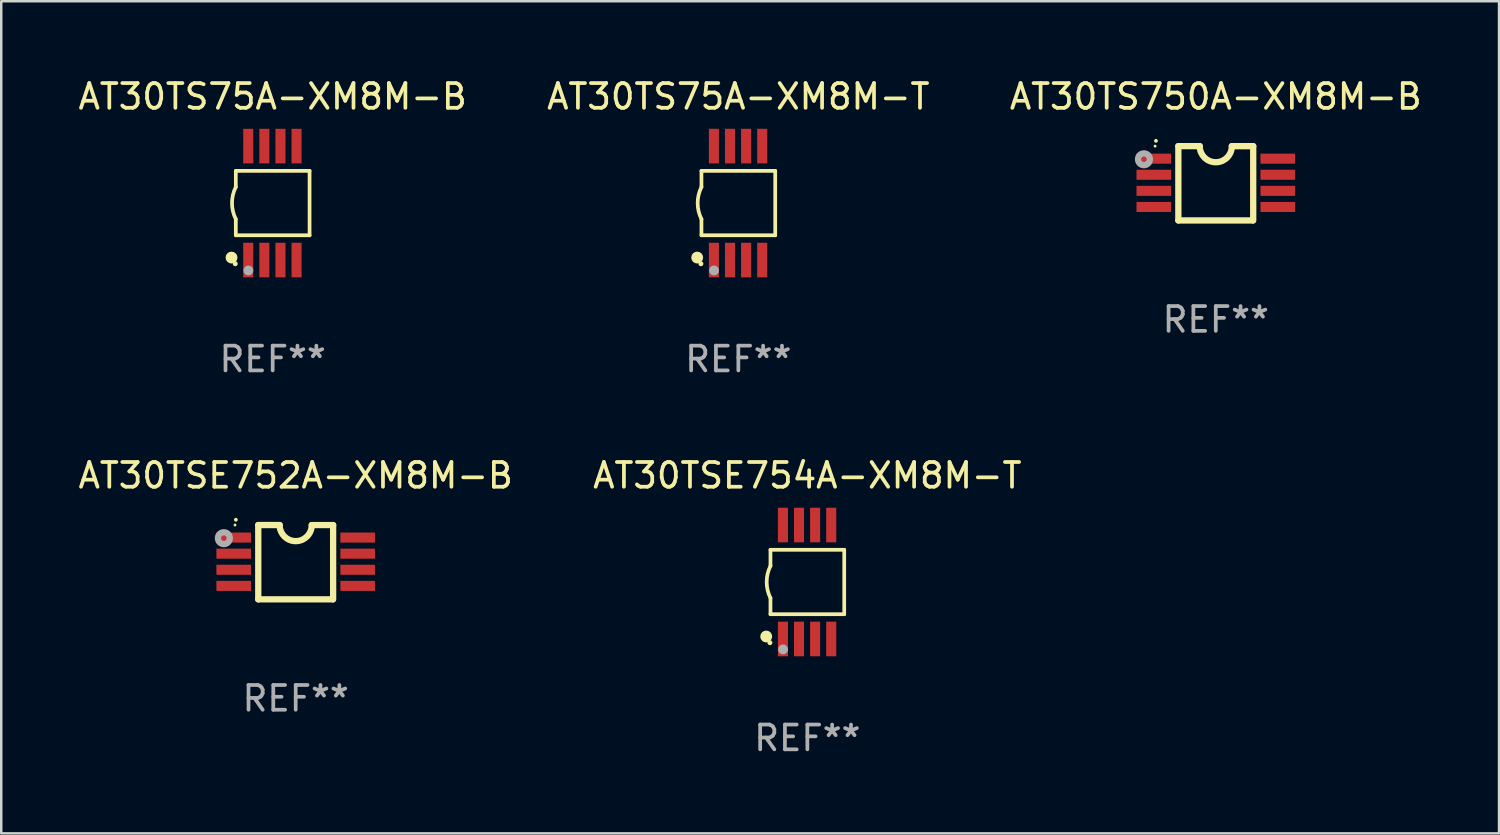
<source format=kicad_pcb>
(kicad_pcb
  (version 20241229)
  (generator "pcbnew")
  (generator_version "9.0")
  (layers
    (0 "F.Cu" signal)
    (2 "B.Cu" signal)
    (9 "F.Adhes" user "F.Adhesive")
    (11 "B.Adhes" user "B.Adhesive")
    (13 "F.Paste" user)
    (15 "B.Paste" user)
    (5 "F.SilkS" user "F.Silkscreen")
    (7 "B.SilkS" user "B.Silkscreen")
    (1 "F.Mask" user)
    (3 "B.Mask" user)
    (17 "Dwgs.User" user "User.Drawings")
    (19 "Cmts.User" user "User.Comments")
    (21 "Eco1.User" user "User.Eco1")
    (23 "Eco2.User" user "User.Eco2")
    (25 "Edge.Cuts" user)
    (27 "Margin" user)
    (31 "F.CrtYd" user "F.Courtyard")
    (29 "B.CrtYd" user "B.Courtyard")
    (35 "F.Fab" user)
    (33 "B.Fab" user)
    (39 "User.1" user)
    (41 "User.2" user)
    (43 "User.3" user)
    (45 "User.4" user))
  (footprint "AT30TSE752A-XM8M-B"
    (layer "F.Cu")
    (at 8.887 19.646)
    (property "Reference" "AT30TSE752A-XM8M-B" (at 0 -3.501 0) (layer "F.SilkS") (effects (font (size 1 1) (thickness 0.15))))
    (attr through_hole)
    (fp_line (start -1.511 -1.501) (end -1.511 1.499) (stroke (width 0.254) (type solid)) (layer "F.SilkS"))
    (fp_line (start -1.511 -1.501) (end -0.648 -1.501) (stroke (width 0.254) (type solid)) (layer "F.SilkS"))
    (fp_line (start -1.511 1.499) (end 1.489 1.499) (stroke (width 0.254) (type solid)) (layer "F.SilkS"))
    (fp_line (start 0.648 -1.499) (end 1.511 -1.499) (stroke (width 0.254) (type solid)) (layer "F.SilkS"))
    (fp_line (start 1.511 -1.499) (end 1.511 1.501) (stroke (width 0.254) (type solid)) (layer "F.SilkS"))
    (fp_arc (start -2.41491 -1.713233) (mid -2.414916 -1.714503) (end -2.41491 -1.715773) (stroke (width 0.150013) (type solid)) (layer "F.SilkS"))
    (fp_arc (start 0.647803 -1.498603) (mid 0.000102 -0.850902) (end -0.647599 -1.498603) (stroke (width 0.254001) (type solid)) (layer "F.SilkS"))
    (fp_circle (center -2.45 -1.501) (end -2.42 -1.501) (stroke (width 0.06) (type solid)) (fill no) (layer "F.SilkS"))
    (fp_circle (center -2.9 -0.97) (end -2.788 -0.97) (stroke (width 0.254) (type solid)) (fill no) (layer "F.Fab"))
    (fp_text user "REF**" (at 0 5.501 0) (layer "F.Fab") (effects (font (size 1 1) (thickness 0.15))))
    (pad "1" smd rect (at -2.502 -0.995) (size 1.397 0.406) (layers "F.Cu" "F.Mask" "F.Paste"))
    (pad "2" smd rect (at -2.502 -0.345) (size 1.397 0.406) (layers "F.Cu" "F.Mask" "F.Paste"))
    (pad "3" smd rect (at -2.502 0.305) (size 1.397 0.406) (layers "F.Cu" "F.Mask" "F.Paste"))
    (pad "4" smd rect (at -2.502 0.955) (size 1.397 0.406) (layers "F.Cu" "F.Mask" "F.Paste"))
    (pad "5" smd rect (at 2.502 0.955) (size 1.397 0.406) (layers "F.Cu" "F.Mask" "F.Paste"))
    (pad "6" smd rect (at 2.502 0.305) (size 1.397 0.406) (layers "F.Cu" "F.Mask" "F.Paste"))
    (pad "7" smd rect (at 2.502 -0.345) (size 1.397 0.406) (layers "F.Cu" "F.Mask" "F.Paste"))
    (pad "8" smd rect (at 2.502 -0.995) (size 1.397 0.406) (layers "F.Cu" "F.Mask" "F.Paste")))
  (footprint "AT30TSE754A-XM8M-T"
    (layer "F.Cu")
    (at 29.542 20.445)
    (property "Reference" "AT30TSE754A-XM8M-T" (at 0 -4.3 0) (layer "F.SilkS") (effects (font (size 1 1) (thickness 0.15))))
    (attr through_hole)
    (fp_line (start -1.489 -1.3) (end -1.489 -0.648) (stroke (width 0.15) (type solid)) (layer "F.SilkS"))
    (fp_line (start -1.489 0.648) (end -1.489 1.3) (stroke (width 0.15) (type solid)) (layer "F.SilkS"))
    (fp_line (start -1.489 1.3) (end 1.489 1.3) (stroke (width 0.15) (type solid)) (layer "F.SilkS"))
    (fp_line (start 1.489 -1.3) (end -1.489 -1.3) (stroke (width 0.15) (type solid)) (layer "F.SilkS"))
    (fp_line (start 1.489 1.3) (end 1.489 -1.3) (stroke (width 0.15) (type solid)) (layer "F.SilkS"))
    (fp_arc (start -1.489205 0.647702) (mid -1.642107 0) (end -1.489205 -0.647701) (stroke (width 0.150013) (type solid)) (layer "F.SilkS"))
    (fp_circle (center -1.661 2.2) (end -1.541 2.2) (stroke (width 0.24) (type solid)) (fill no) (layer "F.SilkS"))
    (fp_circle (center -1.511 2.45) (end -1.461 2.45) (stroke (width 0.1) (type solid)) (fill no) (layer "F.SilkS"))
    (fp_circle (center -0.981 2.72) (end -0.881 2.72) (stroke (width 0.2) (type solid)) (fill no) (layer "F.Fab"))
    (fp_text user "REF**" (at 0 6.3 0) (layer "F.Fab") (effects (font (size 1 1) (thickness 0.15))))
    (pad "1" smd rect (at -0.986 2.3) (size 0.406 1.397) (layers "F.Cu" "F.Mask" "F.Paste"))
    (pad "2" smd rect (at -0.336 2.3) (size 0.406 1.397) (layers "F.Cu" "F.Mask" "F.Paste"))
    (pad "3" smd rect (at 0.314 2.3) (size 0.406 1.397) (layers "F.Cu" "F.Mask" "F.Paste"))
    (pad "4" smd rect (at 0.964 2.3) (size 0.406 1.397) (layers "F.Cu" "F.Mask" "F.Paste"))
    (pad "5" smd rect (at 0.964 -2.3) (size 0.406 1.397) (layers "F.Cu" "F.Mask" "F.Paste"))
    (pad "6" smd rect (at 0.314 -2.3) (size 0.406 1.397) (layers "F.Cu" "F.Mask" "F.Paste"))
    (pad "7" smd rect (at -0.336 -2.3) (size 0.406 1.397) (layers "F.Cu" "F.Mask" "F.Paste"))
    (pad "8" smd rect (at -0.986 -2.3) (size 0.406 1.397) (layers "F.Cu" "F.Mask" "F.Paste")))
  (footprint "AT30TS75A-XM8M-B"
    (layer "F.Cu")
    (at 7.958 5.148)
    (property "Reference" "AT30TS75A-XM8M-B" (at 0 -4.3 0) (layer "F.SilkS") (effects (font (size 1 1) (thickness 0.15))))
    (attr through_hole)
    (fp_line (start -1.489 -1.3) (end -1.489 -0.648) (stroke (width 0.15) (type solid)) (layer "F.SilkS"))
    (fp_line (start -1.489 0.648) (end -1.489 1.3) (stroke (width 0.15) (type solid)) (layer "F.SilkS"))
    (fp_line (start -1.489 1.3) (end 1.489 1.3) (stroke (width 0.15) (type solid)) (layer "F.SilkS"))
    (fp_line (start 1.489 -1.3) (end -1.489 -1.3) (stroke (width 0.15) (type solid)) (layer "F.SilkS"))
    (fp_line (start 1.489 1.3) (end 1.489 -1.3) (stroke (width 0.15) (type solid)) (layer "F.SilkS"))
    (fp_arc (start -1.489205 0.647702) (mid -1.642107 0) (end -1.489205 -0.647701) (stroke (width 0.150013) (type solid)) (layer "F.SilkS"))
    (fp_circle (center -1.661 2.2) (end -1.541 2.2) (stroke (width 0.24) (type solid)) (fill no) (layer "F.SilkS"))
    (fp_circle (center -1.511 2.45) (end -1.461 2.45) (stroke (width 0.1) (type solid)) (fill no) (layer "F.SilkS"))
    (fp_circle (center -0.981 2.72) (end -0.881 2.72) (stroke (width 0.2) (type solid)) (fill no) (layer "F.Fab"))
    (fp_text user "REF**" (at 0 6.3 0) (layer "F.Fab") (effects (font (size 1 1) (thickness 0.15))))
    (pad "1" smd rect (at -0.986 2.3) (size 0.406 1.397) (layers "F.Cu" "F.Mask" "F.Paste"))
    (pad "2" smd rect (at -0.336 2.3) (size 0.406 1.397) (layers "F.Cu" "F.Mask" "F.Paste"))
    (pad "3" smd rect (at 0.314 2.3) (size 0.406 1.397) (layers "F.Cu" "F.Mask" "F.Paste"))
    (pad "4" smd rect (at 0.964 2.3) (size 0.406 1.397) (layers "F.Cu" "F.Mask" "F.Paste"))
    (pad "5" smd rect (at 0.964 -2.3) (size 0.406 1.397) (layers "F.Cu" "F.Mask" "F.Paste"))
    (pad "6" smd rect (at 0.314 -2.3) (size 0.406 1.397) (layers "F.Cu" "F.Mask" "F.Paste"))
    (pad "7" smd rect (at -0.336 -2.3) (size 0.406 1.397) (layers "F.Cu" "F.Mask" "F.Paste"))
    (pad "8" smd rect (at -0.986 -2.3) (size 0.406 1.397) (layers "F.Cu" "F.Mask" "F.Paste")))
  (footprint "AT30TS750A-XM8M-B"
    (layer "F.Cu")
    (at 46.03 4.35)
    (property "Reference" "AT30TS750A-XM8M-B" (at 0 -3.501 0) (layer "F.SilkS") (effects (font (size 1 1) (thickness 0.15))))
    (attr through_hole)
    (fp_line (start -1.511 -1.501) (end -1.511 1.499) (stroke (width 0.254) (type solid)) (layer "F.SilkS"))
    (fp_line (start -1.511 -1.501) (end -0.648 -1.501) (stroke (width 0.254) (type solid)) (layer "F.SilkS"))
    (fp_line (start -1.511 1.499) (end 1.489 1.499) (stroke (width 0.254) (type solid)) (layer "F.SilkS"))
    (fp_line (start 0.648 -1.499) (end 1.511 -1.499) (stroke (width 0.254) (type solid)) (layer "F.SilkS"))
    (fp_line (start 1.511 -1.499) (end 1.511 1.501) (stroke (width 0.254) (type solid)) (layer "F.SilkS"))
    (fp_arc (start -2.41491 -1.713233) (mid -2.414916 -1.714503) (end -2.41491 -1.715773) (stroke (width 0.150013) (type solid)) (layer "F.SilkS"))
    (fp_arc (start 0.647803 -1.498603) (mid 0.000102 -0.850902) (end -0.647599 -1.498603) (stroke (width 0.254001) (type solid)) (layer "F.SilkS"))
    (fp_circle (center -2.45 -1.501) (end -2.42 -1.501) (stroke (width 0.06) (type solid)) (fill no) (layer "F.SilkS"))
    (fp_circle (center -2.9 -0.97) (end -2.788 -0.97) (stroke (width 0.254) (type solid)) (fill no) (layer "F.Fab"))
    (fp_text user "REF**" (at 0 5.501 0) (layer "F.Fab") (effects (font (size 1 1) (thickness 0.15))))
    (pad "1" smd rect (at -2.502 -0.995) (size 1.397 0.406) (layers "F.Cu" "F.Mask" "F.Paste"))
    (pad "2" smd rect (at -2.502 -0.345) (size 1.397 0.406) (layers "F.Cu" "F.Mask" "F.Paste"))
    (pad "3" smd rect (at -2.502 0.305) (size 1.397 0.406) (layers "F.Cu" "F.Mask" "F.Paste"))
    (pad "4" smd rect (at -2.502 0.955) (size 1.397 0.406) (layers "F.Cu" "F.Mask" "F.Paste"))
    (pad "5" smd rect (at 2.502 0.955) (size 1.397 0.406) (layers "F.Cu" "F.Mask" "F.Paste"))
    (pad "6" smd rect (at 2.502 0.305) (size 1.397 0.406) (layers "F.Cu" "F.Mask" "F.Paste"))
    (pad "7" smd rect (at 2.502 -0.345) (size 1.397 0.406) (layers "F.Cu" "F.Mask" "F.Paste"))
    (pad "8" smd rect (at 2.502 -0.995) (size 1.397 0.406) (layers "F.Cu" "F.Mask" "F.Paste")))
  (footprint "AT30TS75A-XM8M-T"
    (layer "F.Cu")
    (at 26.756 5.148)
    (property "Reference" "AT30TS75A-XM8M-T" (at 0 -4.3 0) (layer "F.SilkS") (effects (font (size 1 1) (thickness 0.15))))
    (attr through_hole)
    (fp_line (start -1.489 -1.3) (end -1.489 -0.648) (stroke (width 0.15) (type solid)) (layer "F.SilkS"))
    (fp_line (start -1.489 0.648) (end -1.489 1.3) (stroke (width 0.15) (type solid)) (layer "F.SilkS"))
    (fp_line (start -1.489 1.3) (end 1.489 1.3) (stroke (width 0.15) (type solid)) (layer "F.SilkS"))
    (fp_line (start 1.489 -1.3) (end -1.489 -1.3) (stroke (width 0.15) (type solid)) (layer "F.SilkS"))
    (fp_line (start 1.489 1.3) (end 1.489 -1.3) (stroke (width 0.15) (type solid)) (layer "F.SilkS"))
    (fp_arc (start -1.489205 0.647702) (mid -1.642107 0) (end -1.489205 -0.647701) (stroke (width 0.150013) (type solid)) (layer "F.SilkS"))
    (fp_circle (center -1.661 2.2) (end -1.541 2.2) (stroke (width 0.24) (type solid)) (fill no) (layer "F.SilkS"))
    (fp_circle (center -1.511 2.45) (end -1.461 2.45) (stroke (width 0.1) (type solid)) (fill no) (layer "F.SilkS"))
    (fp_circle (center -0.981 2.72) (end -0.881 2.72) (stroke (width 0.2) (type solid)) (fill no) (layer "F.Fab"))
    (fp_text user "REF**" (at 0 6.3 0) (layer "F.Fab") (effects (font (size 1 1) (thickness 0.15))))
    (pad "1" smd rect (at -0.986 2.3) (size 0.406 1.397) (layers "F.Cu" "F.Mask" "F.Paste"))
    (pad "2" smd rect (at -0.336 2.3) (size 0.406 1.397) (layers "F.Cu" "F.Mask" "F.Paste"))
    (pad "3" smd rect (at 0.314 2.3) (size 0.406 1.397) (layers "F.Cu" "F.Mask" "F.Paste"))
    (pad "4" smd rect (at 0.964 2.3) (size 0.406 1.397) (layers "F.Cu" "F.Mask" "F.Paste"))
    (pad "5" smd rect (at 0.964 -2.3) (size 0.406 1.397) (layers "F.Cu" "F.Mask" "F.Paste"))
    (pad "6" smd rect (at 0.314 -2.3) (size 0.406 1.397) (layers "F.Cu" "F.Mask" "F.Paste"))
    (pad "7" smd rect (at -0.336 -2.3) (size 0.406 1.397) (layers "F.Cu" "F.Mask" "F.Paste"))
    (pad "8" smd rect (at -0.986 -2.3) (size 0.406 1.397) (layers "F.Cu" "F.Mask" "F.Paste")))
  (gr_rect
    (start -3 -3)
    (end 57.464 30.593)
    (stroke (width 0.1) (type default))
    (fill no)
    (layer "Edge.Cuts")))
</source>
